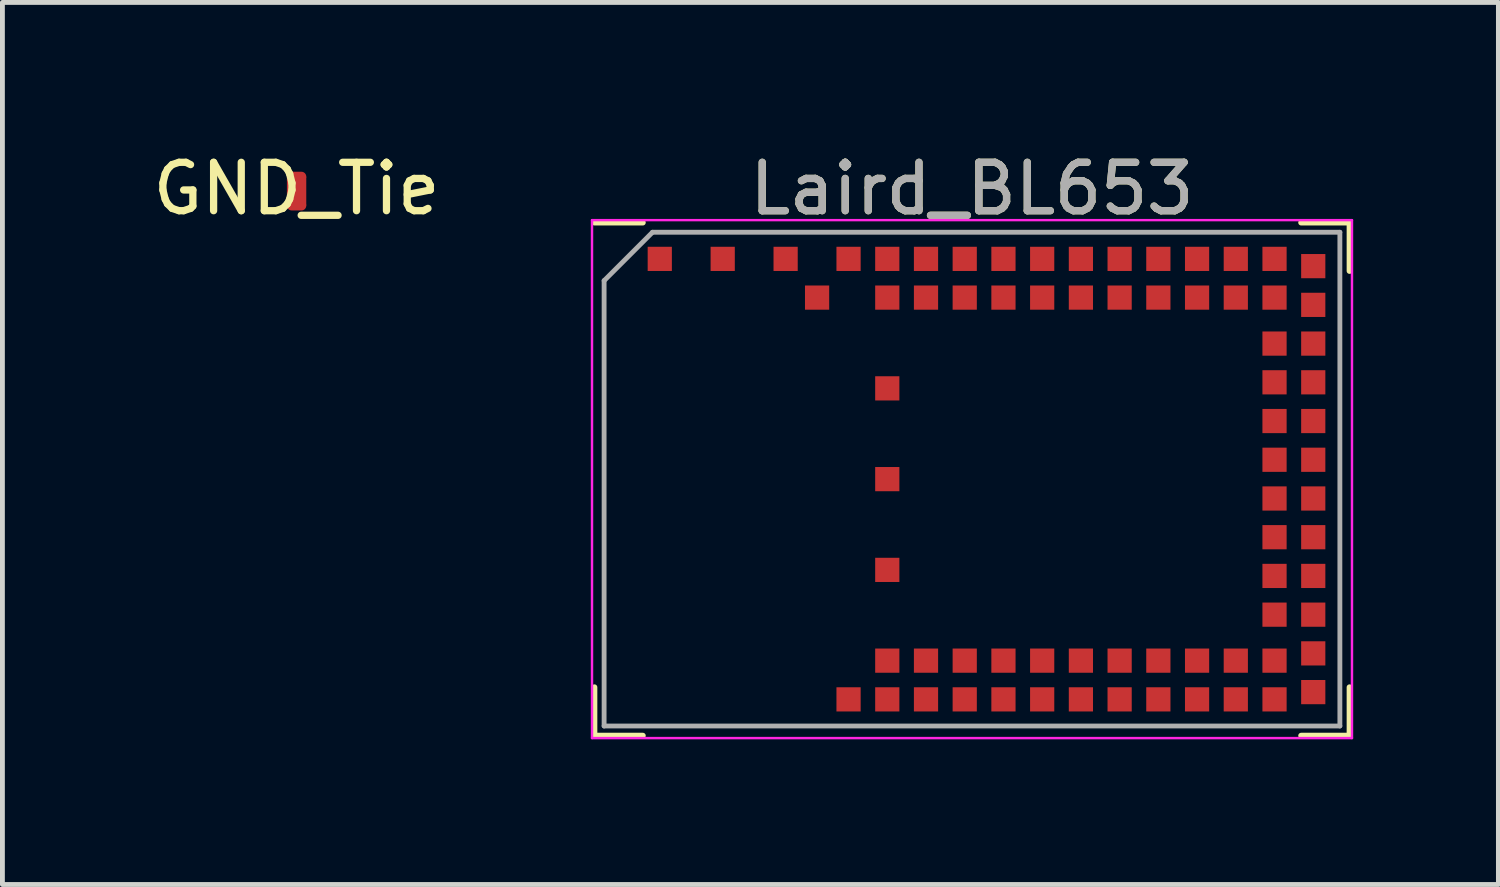
<source format=kicad_pcb>
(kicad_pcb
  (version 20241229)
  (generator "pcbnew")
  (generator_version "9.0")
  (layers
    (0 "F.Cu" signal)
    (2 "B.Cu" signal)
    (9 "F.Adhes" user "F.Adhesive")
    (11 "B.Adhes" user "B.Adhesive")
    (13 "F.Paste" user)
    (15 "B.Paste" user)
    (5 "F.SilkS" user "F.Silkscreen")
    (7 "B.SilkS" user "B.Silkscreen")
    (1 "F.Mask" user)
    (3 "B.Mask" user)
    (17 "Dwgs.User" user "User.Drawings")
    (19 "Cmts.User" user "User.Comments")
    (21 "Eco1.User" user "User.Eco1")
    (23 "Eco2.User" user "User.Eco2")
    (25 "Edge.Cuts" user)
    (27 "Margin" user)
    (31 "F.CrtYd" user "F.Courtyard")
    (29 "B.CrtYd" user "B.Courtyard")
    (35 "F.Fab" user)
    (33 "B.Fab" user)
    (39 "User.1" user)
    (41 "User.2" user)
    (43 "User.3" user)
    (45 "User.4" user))
  (footprint "Laird_BL653"
    (layer "F.Cu")
    (at 17.03 6.848)
    (property "Reference" "Laird_BL653" (at 0 -6 0) (layer "F.SilkS") (effects (font (size 1 1) (thickness 0.15))))
    (attr smd)
    (fp_line (start -7.8 -5.3) (end -6.8 -5.3) (stroke (width 0.12) (type solid)) (layer "F.SilkS"))
    (fp_line (start -7.8 5.3) (end -7.8 4.3) (stroke (width 0.12) (type solid)) (layer "F.SilkS"))
    (fp_line (start -7.8 5.3) (end -6.8 5.3) (stroke (width 0.12) (type solid)) (layer "F.SilkS"))
    (fp_line (start 6.8 -5.3) (end 7.8 -5.3) (stroke (width 0.12) (type solid)) (layer "F.SilkS"))
    (fp_line (start 6.8 5.3) (end 7.8 5.3) (stroke (width 0.12) (type solid)) (layer "F.SilkS"))
    (fp_line (start 7.8 -5.3) (end 7.8 -4.3) (stroke (width 0.12) (type solid)) (layer "F.SilkS"))
    (fp_line (start 7.8 5.3) (end 7.8 4.3) (stroke (width 0.12) (type solid)) (layer "F.SilkS"))
    (fp_line (start -7.85 5.35) (end -7.85 -5.35) (stroke (width 0.05) (type solid)) (layer "F.CrtYd"))
    (fp_line (start 7.85 -5.35) (end -7.85 -5.35) (stroke (width 0.05) (type solid)) (layer "F.CrtYd"))
    (fp_line (start 7.85 5.35) (end -7.85 5.35) (stroke (width 0.05) (type solid)) (layer "F.CrtYd"))
    (fp_line (start 7.85 5.35) (end 7.85 -5.35) (stroke (width 0.05) (type solid)) (layer "F.CrtYd"))
    (fp_line (start -7.6 -4.1) (end -6.6 -5.1) (stroke (width 0.1) (type solid)) (layer "F.Fab"))
    (fp_line (start -7.6 5.1) (end -7.6 -4.1) (stroke (width 0.1) (type solid)) (layer "F.Fab"))
    (fp_line (start 7.6 -5.1) (end -6.6 -5.1) (stroke (width 0.1) (type solid)) (layer "F.Fab"))
    (fp_line (start 7.6 5.1) (end -7.6 5.1) (stroke (width 0.1) (type solid)) (layer "F.Fab"))
    (fp_line (start 7.6 5.1) (end 7.6 -5.1) (stroke (width 0.1) (type solid)) (layer "F.Fab"))
    (fp_text user "${REFERENCE}" (at 0 -6 0) (layer "F.Fab") (effects (font (size 1 1) (thickness 0.15))))
    (pad "0" smd rect (at -2.55 -4.55) (size 0.5 0.5) (layers "F.Cu" "F.Mask" "F.Paste"))
    (pad "1" smd rect (at -1.75 -4.55) (size 0.5 0.5) (layers "F.Cu" "F.Mask" "F.Paste"))
    (pad "2" smd rect (at -1.75 -3.75) (size 0.5 0.5) (layers "F.Cu" "F.Mask" "F.Paste"))
    (pad "3" smd rect (at -0.95 -4.55) (size 0.5 0.5) (layers "F.Cu" "F.Mask" "F.Paste"))
    (pad "4" smd rect (at -0.95 -3.75) (size 0.5 0.5) (layers "F.Cu" "F.Mask" "F.Paste"))
    (pad "5" smd rect (at -0.15 -4.55) (size 0.5 0.5) (layers "F.Cu" "F.Mask" "F.Paste"))
    (pad "6" smd rect (at -0.15 -3.75) (size 0.5 0.5) (layers "F.Cu" "F.Mask" "F.Paste"))
    (pad "7" smd rect (at 0.65 -4.55) (size 0.5 0.5) (layers "F.Cu" "F.Mask" "F.Paste"))
    (pad "8" smd rect (at 0.65 -3.75) (size 0.5 0.5) (layers "F.Cu" "F.Mask" "F.Paste"))
    (pad "9" smd rect (at 1.45 -4.55) (size 0.5 0.5) (layers "F.Cu" "F.Mask" "F.Paste"))
    (pad "10" smd rect (at 1.45 -3.75) (size 0.5 0.5) (layers "F.Cu" "F.Mask" "F.Paste"))
    (pad "11" smd rect (at 2.25 -4.55) (size 0.5 0.5) (layers "F.Cu" "F.Mask" "F.Paste"))
    (pad "12" smd rect (at 2.25 -3.75) (size 0.5 0.5) (layers "F.Cu" "F.Mask" "F.Paste"))
    (pad "13" smd rect (at 3.05 -4.55) (size 0.5 0.5) (layers "F.Cu" "F.Mask" "F.Paste"))
    (pad "14" smd rect (at 3.05 -3.75) (size 0.5 0.5) (layers "F.Cu" "F.Mask" "F.Paste"))
    (pad "15" smd rect (at 3.85 -4.55) (size 0.5 0.5) (layers "F.Cu" "F.Mask" "F.Paste"))
    (pad "16" smd rect (at 3.85 -3.75) (size 0.5 0.5) (layers "F.Cu" "F.Mask" "F.Paste"))
    (pad "17" smd rect (at 4.65 -4.55) (size 0.5 0.5) (layers "F.Cu" "F.Mask" "F.Paste"))
    (pad "18" smd rect (at 4.65 -3.75) (size 0.5 0.5) (layers "F.Cu" "F.Mask" "F.Paste"))
    (pad "19" smd rect (at 5.45 -4.55) (size 0.5 0.5) (layers "F.Cu" "F.Mask" "F.Paste"))
    (pad "20" smd rect (at 5.45 -3.75) (size 0.5 0.5) (layers "F.Cu" "F.Mask" "F.Paste"))
    (pad "21" smd rect (at 6.25 -4.55) (size 0.5 0.5) (layers "F.Cu" "F.Mask" "F.Paste"))
    (pad "22" smd rect (at 6.25 -3.75) (size 0.5 0.5) (layers "F.Cu" "F.Mask" "F.Paste"))
    (pad "23" smd rect (at 7.05 -4.4) (size 0.5 0.5) (layers "F.Cu" "F.Mask" "F.Paste"))
    (pad "24" smd rect (at 7.05 -3.6) (size 0.5 0.5) (layers "F.Cu" "F.Mask" "F.Paste"))
    (pad "25" smd rect (at 7.05 -2.8) (size 0.5 0.5) (layers "F.Cu" "F.Mask" "F.Paste"))
    (pad "26" smd rect (at 6.25 -2.8) (size 0.5 0.5) (layers "F.Cu" "F.Mask" "F.Paste"))
    (pad "27" smd rect (at 7.05 -2) (size 0.5 0.5) (layers "F.Cu" "F.Mask" "F.Paste"))
    (pad "28" smd rect (at 6.25 -2) (size 0.5 0.5) (layers "F.Cu" "F.Mask" "F.Paste"))
    (pad "29" smd rect (at 7.05 -1.2) (size 0.5 0.5) (layers "F.Cu" "F.Mask" "F.Paste"))
    (pad "30" smd rect (at 6.25 -1.2) (size 0.5 0.5) (layers "F.Cu" "F.Mask" "F.Paste"))
    (pad "31" smd rect (at 7.05 -0.4) (size 0.5 0.5) (layers "F.Cu" "F.Mask" "F.Paste"))
    (pad "32" smd rect (at 6.25 -0.4) (size 0.5 0.5) (layers "F.Cu" "F.Mask" "F.Paste"))
    (pad "33" smd rect (at 7.05 0.4) (size 0.5 0.5) (layers "F.Cu" "F.Mask" "F.Paste"))
    (pad "34" smd rect (at 6.25 0.4) (size 0.5 0.5) (layers "F.Cu" "F.Mask" "F.Paste"))
    (pad "35" smd rect (at 7.05 1.2) (size 0.5 0.5) (layers "F.Cu" "F.Mask" "F.Paste"))
    (pad "36" smd rect (at 6.25 1.2) (size 0.5 0.5) (layers "F.Cu" "F.Mask" "F.Paste"))
    (pad "37" smd rect (at 7.05 2) (size 0.5 0.5) (layers "F.Cu" "F.Mask" "F.Paste"))
    (pad "38" smd rect (at 6.25 2) (size 0.5 0.5) (layers "F.Cu" "F.Mask" "F.Paste"))
    (pad "39" smd rect (at 7.05 2.8) (size 0.5 0.5) (layers "F.Cu" "F.Mask" "F.Paste"))
    (pad "40" smd rect (at 6.25 2.8) (size 0.5 0.5) (layers "F.Cu" "F.Mask" "F.Paste"))
    (pad "41" smd rect (at 7.05 3.6) (size 0.5 0.5) (layers "F.Cu" "F.Mask" "F.Paste"))
    (pad "42" smd rect (at 7.05 4.4) (size 0.5 0.5) (layers "F.Cu" "F.Mask" "F.Paste"))
    (pad "43" smd rect (at 6.25 4.55) (size 0.5 0.5) (layers "F.Cu" "F.Mask" "F.Paste"))
    (pad "44" smd rect (at 6.25 3.75) (size 0.5 0.5) (layers "F.Cu" "F.Mask" "F.Paste"))
    (pad "45" smd rect (at 5.45 4.55) (size 0.5 0.5) (layers "F.Cu" "F.Mask" "F.Paste"))
    (pad "46" smd rect (at 5.45 3.75) (size 0.5 0.5) (layers "F.Cu" "F.Mask" "F.Paste"))
    (pad "47" smd rect (at 4.65 4.55) (size 0.5 0.5) (layers "F.Cu" "F.Mask" "F.Paste"))
    (pad "48" smd rect (at 4.65 3.75) (size 0.5 0.5) (layers "F.Cu" "F.Mask" "F.Paste"))
    (pad "49" smd rect (at 3.85 4.55) (size 0.5 0.5) (layers "F.Cu" "F.Mask" "F.Paste"))
    (pad "50" smd rect (at 3.85 3.75) (size 0.5 0.5) (layers "F.Cu" "F.Mask" "F.Paste"))
    (pad "51" smd rect (at 3.05 4.55) (size 0.5 0.5) (layers "F.Cu" "F.Mask" "F.Paste"))
    (pad "52" smd rect (at 3.05 3.75) (size 0.5 0.5) (layers "F.Cu" "F.Mask" "F.Paste"))
    (pad "53" smd rect (at 2.25 4.55) (size 0.5 0.5) (layers "F.Cu" "F.Mask" "F.Paste"))
    (pad "54" smd rect (at 2.25 3.75) (size 0.5 0.5) (layers "F.Cu" "F.Mask" "F.Paste"))
    (pad "55" smd rect (at 1.45 4.55) (size 0.5 0.5) (layers "F.Cu" "F.Mask" "F.Paste"))
    (pad "56" smd rect (at 1.45 3.75) (size 0.5 0.5) (layers "F.Cu" "F.Mask" "F.Paste"))
    (pad "57" smd rect (at 0.65 4.55) (size 0.5 0.5) (layers "F.Cu" "F.Mask" "F.Paste"))
    (pad "58" smd rect (at 0.65 3.75) (size 0.5 0.5) (layers "F.Cu" "F.Mask" "F.Paste"))
    (pad "59" smd rect (at -0.15 4.55) (size 0.5 0.5) (layers "F.Cu" "F.Mask" "F.Paste"))
    (pad "60" smd rect (at -0.15 3.75) (size 0.5 0.5) (layers "F.Cu" "F.Mask" "F.Paste"))
    (pad "61" smd rect (at -0.95 4.55) (size 0.5 0.5) (layers "F.Cu" "F.Mask" "F.Paste"))
    (pad "62" smd rect (at -0.95 3.75) (size 0.5 0.5) (layers "F.Cu" "F.Mask" "F.Paste"))
    (pad "63" smd rect (at -1.75 4.55) (size 0.5 0.5) (layers "F.Cu" "F.Mask" "F.Paste"))
    (pad "64" smd rect (at -1.75 3.75) (size 0.5 0.5) (layers "F.Cu" "F.Mask" "F.Paste"))
    (pad "65" smd rect (at -2.55 4.55) (size 0.5 0.5) (layers "F.Cu" "F.Mask" "F.Paste"))
    (pad "66" smd rect (at -3.85 -4.55) (size 0.5 0.5) (layers "F.Cu" "F.Mask" "F.Paste"))
    (pad "67" smd rect (at -5.15 -4.55) (size 0.5 0.5) (layers "F.Cu" "F.Mask" "F.Paste"))
    (pad "68" smd rect (at -6.45 -4.55) (size 0.5 0.5) (layers "F.Cu" "F.Mask" "F.Paste"))
    (pad "69" smd rect (at -1.75 1.875) (size 0.5 0.5) (layers "F.Cu" "F.Mask" "F.Paste"))
    (pad "70" smd rect (at -1.75 0) (size 0.5 0.5) (layers "F.Cu" "F.Mask" "F.Paste"))
    (pad "71" smd rect (at -1.75 -1.875) (size 0.5 0.5) (layers "F.Cu" "F.Mask" "F.Paste"))
    (pad "72" smd rect (at -3.2 -3.75) (size 0.5 0.5) (layers "F.Cu" "F.Mask" "F.Paste")))
  (footprint "GND_Tie"
    (layer "F.Cu")
    (at 3.077 0.898)
    (property "Reference" "GND_Tie" (at 0 -0.05 0) (layer "F.SilkS") (effects (font (size 1 1) (thickness 0.15))))
    (attr through_hole)
    (fp_poly (pts (xy -0.2 0.3) (xy -0.2 -0.3) (xy 0.2 -0.3) (xy 0.2 0.3)) (stroke (width 0) (type solid)) (fill yes) (layer "F.Cu"))
    (pad "1" smd oval (at 0 0.3) (size 0.4 0.2) (layers "F.Cu"))
    (pad "2" smd oval (at 0 -0.3) (size 0.4 0.2) (layers "F.Cu")))
  (gr_rect
    (start -3 -3)
    (end 27.905 15.223)
    (stroke (width 0.1) (type default))
    (fill no)
    (layer "Edge.Cuts")))
</source>
